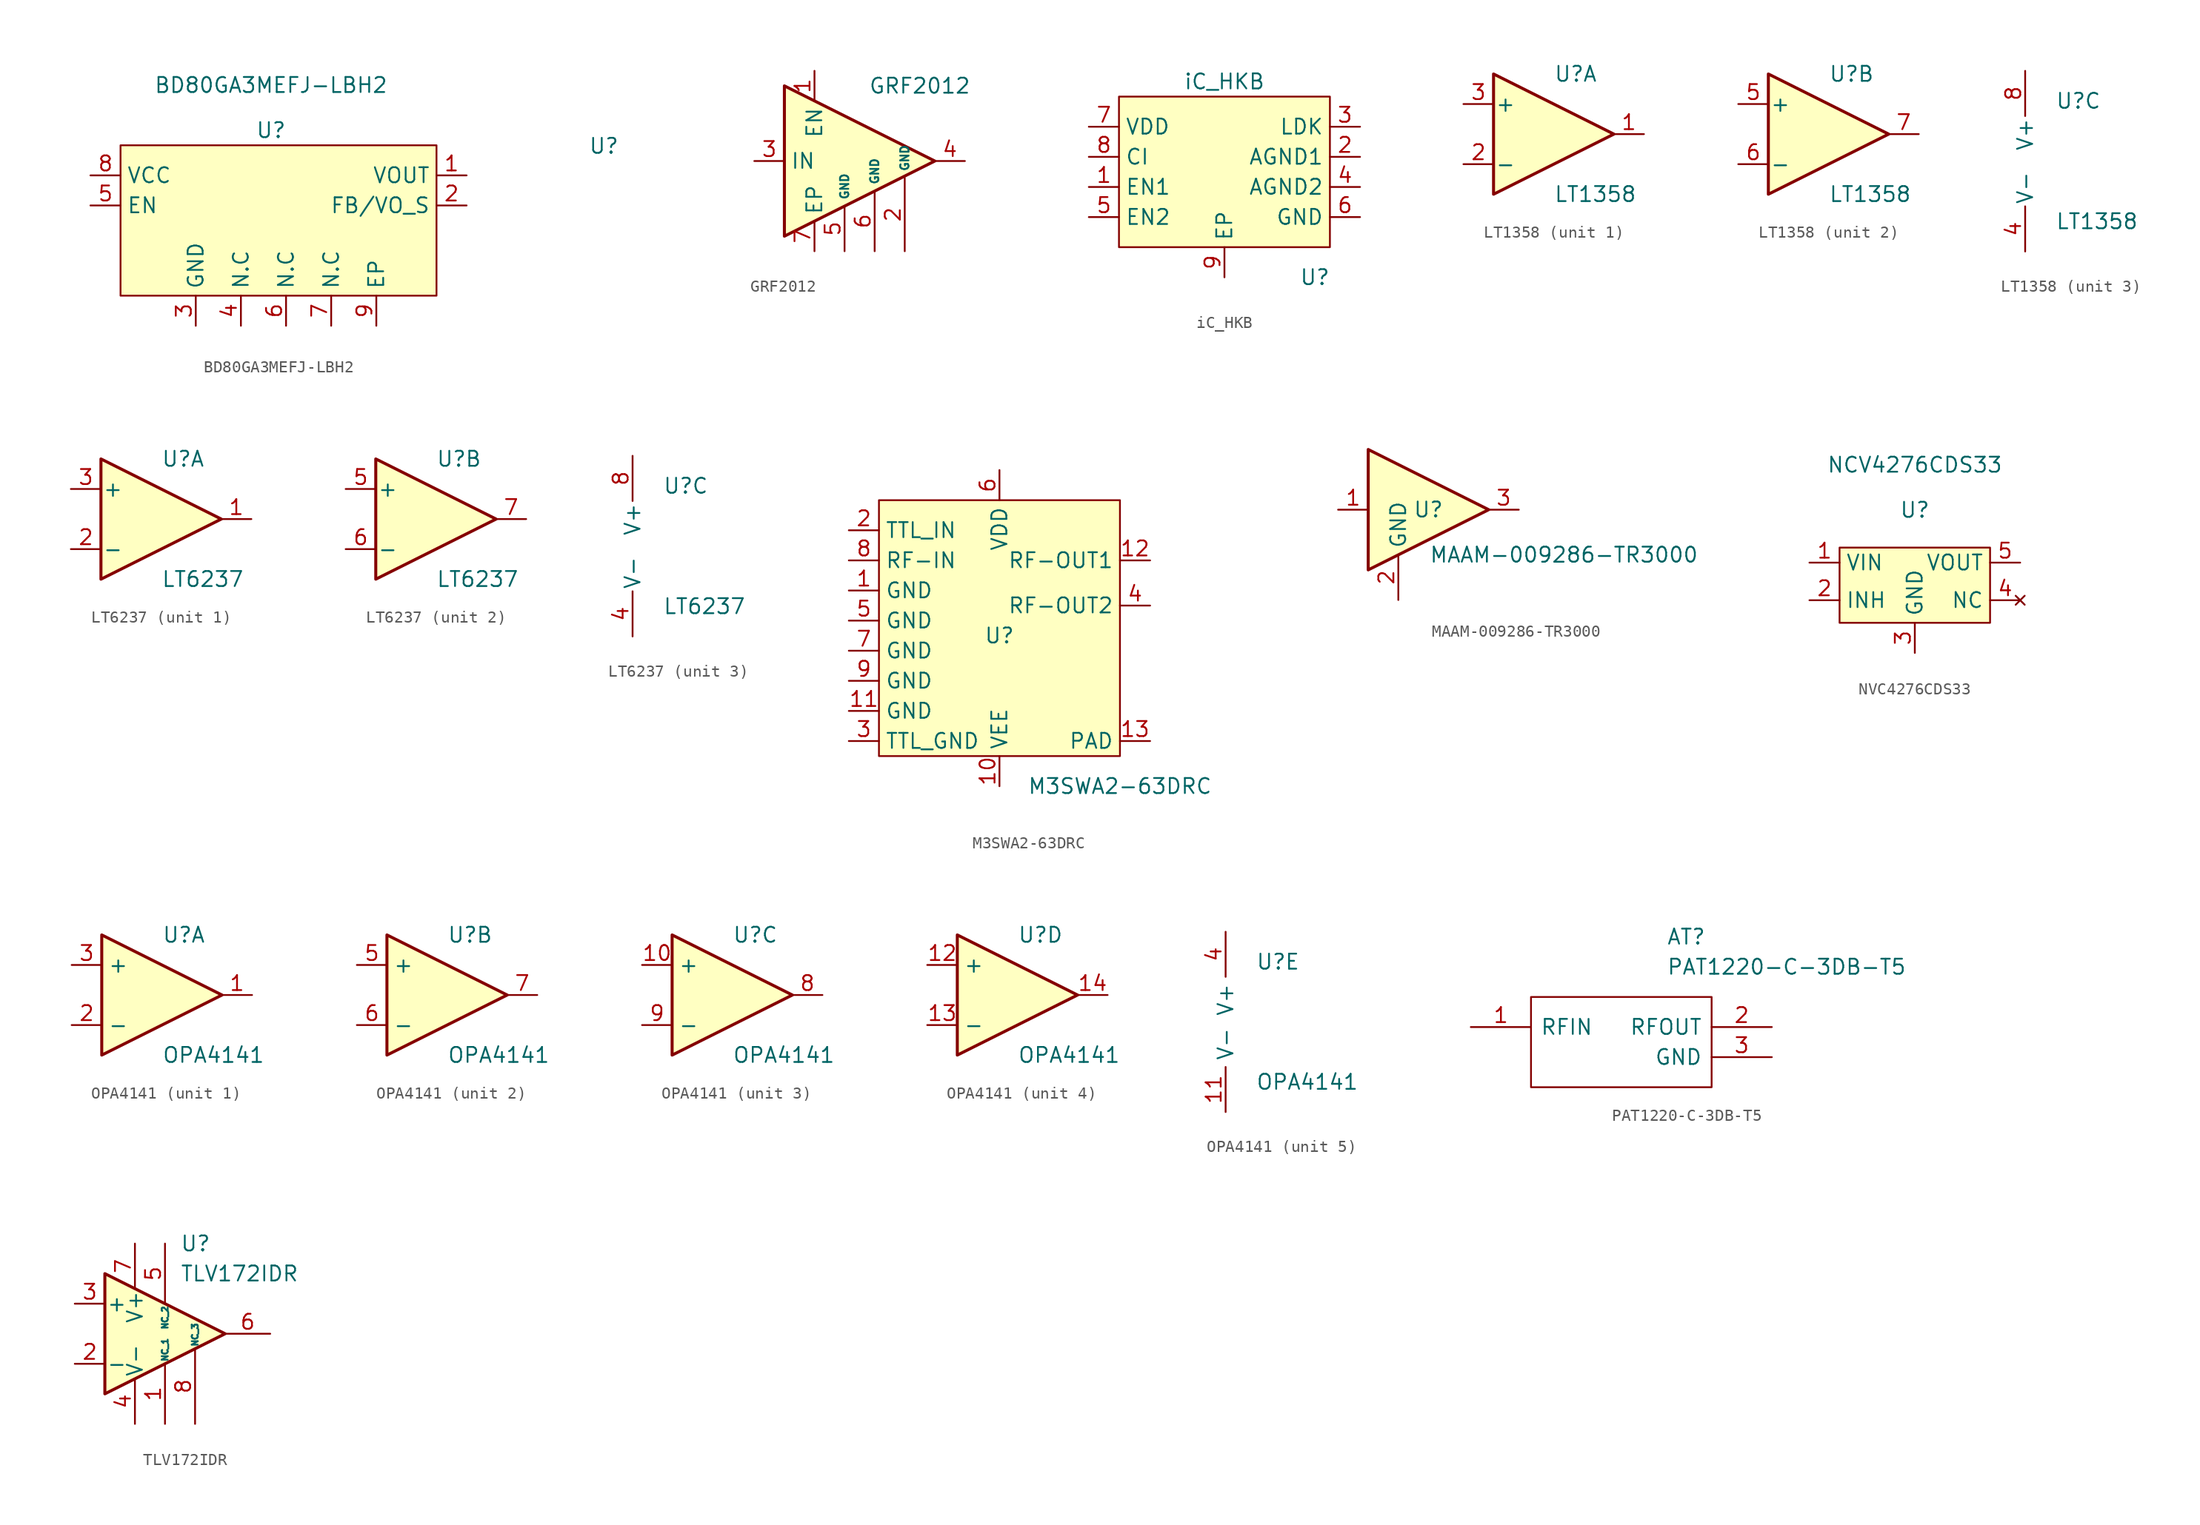
<source format=kicad_sym>
(kicad_symbol_lib
  (version 20231120)
  (generator "kicad_symbol_editor")
  (generator_version "8.0")
  (symbol "BD80GA3MEFJ-LBH2"
    (property "Reference" "U"
      (at 0 3.81 0)
      (effects (font (size 1.27 1.27))))
    (property "Value" "BD80GA3MEFJ-LBH2"
      (at 0 7.62 0)
      (effects (font (size 1.27 1.27))))
    (symbol "BD80GA3MEFJ-LBH2_0_0"
      (pin power_out line (at 16.51 0 180) (length 2.54) (name "VOUT" (effects (font (size 1.27 1.27)))) (number "1" (effects (font (size 1.27 1.27)))))
      (pin input line (at 16.51 -2.54 180) (length 2.54) (name "FB/VO_S" (effects (font (size 1.27 1.27)))) (number "2" (effects (font (size 1.27 1.27)))))
      (pin passive line (at -6.35 -12.7 90) (length 2.54) (name "GND" (effects (font (size 1.27 1.27)))) (number "3" (effects (font (size 1.27 1.27)))))
      (pin passive line (at -2.54 -12.7 90) (length 2.54) (name "N.C" (effects (font (size 1.27 1.27)))) (number "4" (effects (font (size 1.27 1.27)))))
      (pin input line (at -15.24 -2.54 0) (length 2.54) (name "EN" (effects (font (size 1.27 1.27)))) (number "5" (effects (font (size 1.27 1.27)))))
      (pin passive line (at 1.27 -12.7 90) (length 2.54) (name "N.C" (effects (font (size 1.27 1.27)))) (number "6" (effects (font (size 1.27 1.27)))))
      (pin passive line (at 5.08 -12.7 90) (length 2.54) (name "N.C" (effects (font (size 1.27 1.27)))) (number "7" (effects (font (size 1.27 1.27)))))
      (pin power_in line (at -15.24 0 0) (length 2.54) (name "VCC" (effects (font (size 1.27 1.27)))) (number "8" (effects (font (size 1.27 1.27)))))
      (pin passive line (at 8.89 -12.7 90) (length 2.54) (name "EP" (effects (font (size 1.27 1.27)))) (number "9" (effects (font (size 1.27 1.27))))))
    (symbol "BD80GA3MEFJ-LBH2_0_1"
      (polyline (pts (xy -12.7 -10.16) (xy -12.7 2.54) (xy 13.97 2.54) (xy 13.97 -10.16) (xy -12.7 -10.16)) (stroke (width 0) (type default)) (fill (type background)))))
  (symbol "GRF2012"
    (property "Reference" "U"
      (at -17.78 1.27 0)
      (effects (font (size 1.27 1.27))))
    (property "Value" "GRF2012"
      (at 8.89 6.35 0)
      (effects (font (size 1.27 1.27))))
    (symbol "GRF2012_0_0"
      (pin output line (at 12.7 0 180) (length 2.54) (name "~" (effects (font (size 1.27 1.27)))) (number "4" (effects (font (size 1.27 1.27)))))
      (pin passive line (at 2.54 -7.62 90) (length 3.8) (name "GND" (effects (font (size 0.7 0.7)))) (number "5" (effects (font (size 1.27 1.27)))))
      (pin passive line (at 5.08 -7.62 90) (length 5.08) (name "GND" (effects (font (size 0.7 0.7)))) (number "6" (effects (font (size 1.27 1.27)))))
      (pin passive line (at 0 -7.62 90) (length 2.54) (name "EP" (effects (font (size 1.27 1.27)))) (number "7" (effects (font (size 1.27 1.27))))))
    (symbol "GRF2012_0_1"
      (polyline (pts (xy 10.16 0) (xy -2.54 6.35) (xy -2.54 -6.35) (xy 10.16 0)) (stroke (width 0.254) (type default)) (fill (type background))))
    (symbol "GRF2012_1_1"
      (pin input line (at 0 7.62 270) (length 2.54) (name "EN" (effects (font (size 1.27 1.27)))) (number "1" (effects (font (size 1.27 1.27)))))
      (pin passive line (at 7.62 -7.62 90) (length 6.2) (name "GND" (effects (font (size 0.7 0.7)))) (number "2" (effects (font (size 1.27 1.27)))))
      (pin input line (at -5.08 0 0) (length 2.54) (name "IN" (effects (font (size 1.27 1.27)))) (number "3" (effects (font (size 1.27 1.27)))))))
  (symbol "iC_HKB"
    (property "Reference" "U"
      (at 10.16 -10.16 0)
      (effects (font (size 1.27 1.27))))
    (property "Value" "iC_HKB"
      (at 2.54 6.35 0)
      (effects (font (size 1.27 1.27))))
    (symbol "iC_HKB_0_0"
      (pin input line (at -8.89 -2.54 0) (length 2.54) (name "EN1" (effects (font (size 1.27 1.27)))) (number "1" (effects (font (size 1.27 1.27)))))
      (pin passive line (at 13.97 0 180) (length 2.54) (name "AGND1" (effects (font (size 1.27 1.27)))) (number "2" (effects (font (size 1.27 1.27)))))
      (pin input line (at 13.97 2.54 180) (length 2.54) (name "LDK" (effects (font (size 1.27 1.27)))) (number "3" (effects (font (size 1.27 1.27)))))
      (pin passive line (at 13.97 -2.54 180) (length 2.54) (name "AGND2" (effects (font (size 1.27 1.27)))) (number "4" (effects (font (size 1.27 1.27)))))
      (pin input line (at -8.89 -5.08 0) (length 2.54) (name "EN2" (effects (font (size 1.27 1.27)))) (number "5" (effects (font (size 1.27 1.27)))))
      (pin input line (at 13.97 -5.08 180) (length 2.54) (name "GND" (effects (font (size 1.27 1.27)))) (number "6" (effects (font (size 1.27 1.27)))))
      (pin power_in line (at -8.89 2.54 0) (length 2.54) (name "VDD" (effects (font (size 1.27 1.27)))) (number "7" (effects (font (size 1.27 1.27)))))
      (pin input line (at -8.89 0 0) (length 2.54) (name "CI" (effects (font (size 1.27 1.27)))) (number "8" (effects (font (size 1.27 1.27)))))
      (pin passive line (at 2.54 -10.16 90) (length 2.54) (name "EP" (effects (font (size 1.27 1.27)))) (number "9" (effects (font (size 1.27 1.27))))))
    (symbol "iC_HKB_0_1"
      (rectangle (start -6.35 5.08) (end 11.43 -7.62) (stroke (width 0) (type default)) (fill (type background)))))
  (symbol "LT1358"
    (pin_names
      (offset 0.127))
    (property "Reference" "U"
      (at 0 5.08 0)
      (effects (font (size 1.27 1.27)) (justify left)))
    (property "Value" "LT1358"
      (at 0 -5.08 0)
      (effects (font (size 1.27 1.27)) (justify left)))
    (property "ki_locked" ""
      (at 0 0 0)
      (effects (font (size 1.27 1.27))))
    (symbol "LT1358_1_1"
      (polyline (pts (xy -5.08 5.08) (xy 5.08 0) (xy -5.08 -5.08) (xy -5.08 5.08)) (stroke (width 0.254) (type default)) (fill (type background)))
      (pin output line (at 7.62 0 180) (length 2.54) (name "~" (effects (font (size 1.27 1.27)))) (number "1" (effects (font (size 1.27 1.27)))))
      (pin input line (at -7.62 -2.54 0) (length 2.54) (name "-" (effects (font (size 1.27 1.27)))) (number "2" (effects (font (size 1.27 1.27)))))
      (pin input line (at -7.62 2.54 0) (length 2.54) (name "+" (effects (font (size 1.27 1.27)))) (number "3" (effects (font (size 1.27 1.27))))))
    (symbol "LT1358_2_1"
      (polyline (pts (xy -5.08 5.08) (xy 5.08 0) (xy -5.08 -5.08) (xy -5.08 5.08)) (stroke (width 0.254) (type default)) (fill (type background)))
      (pin input line (at -7.62 2.54 0) (length 2.54) (name "+" (effects (font (size 1.27 1.27)))) (number "5" (effects (font (size 1.27 1.27)))))
      (pin input line (at -7.62 -2.54 0) (length 2.54) (name "-" (effects (font (size 1.27 1.27)))) (number "6" (effects (font (size 1.27 1.27)))))
      (pin output line (at 7.62 0 180) (length 2.54) (name "~" (effects (font (size 1.27 1.27)))) (number "7" (effects (font (size 1.27 1.27))))))
    (symbol "LT1358_3_1"
      (pin power_in line (at -2.54 -7.62 90) (length 3.81) (name "V-" (effects (font (size 1.27 1.27)))) (number "4" (effects (font (size 1.27 1.27)))))
      (pin power_in line (at -2.54 7.62 270) (length 3.81) (name "V+" (effects (font (size 1.27 1.27)))) (number "8" (effects (font (size 1.27 1.27)))))))
  (symbol "LT6237"
    (pin_names
      (offset 0.127))
    (property "Reference" "U"
      (at 0 5.08 0)
      (effects (font (size 1.27 1.27)) (justify left)))
    (property "Value" "LT6237"
      (at 0 -5.08 0)
      (effects (font (size 1.27 1.27)) (justify left)))
    (property "ki_locked" ""
      (at 0 0 0)
      (effects (font (size 1.27 1.27))))
    (symbol "LT6237_1_1"
      (polyline (pts (xy -5.08 5.08) (xy 5.08 0) (xy -5.08 -5.08) (xy -5.08 5.08)) (stroke (width 0.254) (type default)) (fill (type background)))
      (pin output line (at 7.62 0 180) (length 2.54) (name "~" (effects (font (size 1.27 1.27)))) (number "1" (effects (font (size 1.27 1.27)))))
      (pin input line (at -7.62 -2.54 0) (length 2.54) (name "-" (effects (font (size 1.27 1.27)))) (number "2" (effects (font (size 1.27 1.27)))))
      (pin input line (at -7.62 2.54 0) (length 2.54) (name "+" (effects (font (size 1.27 1.27)))) (number "3" (effects (font (size 1.27 1.27))))))
    (symbol "LT6237_2_1"
      (polyline (pts (xy -5.08 5.08) (xy 5.08 0) (xy -5.08 -5.08) (xy -5.08 5.08)) (stroke (width 0.254) (type default)) (fill (type background)))
      (pin input line (at -7.62 2.54 0) (length 2.54) (name "+" (effects (font (size 1.27 1.27)))) (number "5" (effects (font (size 1.27 1.27)))))
      (pin input line (at -7.62 -2.54 0) (length 2.54) (name "-" (effects (font (size 1.27 1.27)))) (number "6" (effects (font (size 1.27 1.27)))))
      (pin output line (at 7.62 0 180) (length 2.54) (name "~" (effects (font (size 1.27 1.27)))) (number "7" (effects (font (size 1.27 1.27))))))
    (symbol "LT6237_3_1"
      (pin power_in line (at -2.54 -7.62 90) (length 3.81) (name "V-" (effects (font (size 1.27 1.27)))) (number "4" (effects (font (size 1.27 1.27)))))
      (pin power_in line (at -2.54 7.62 270) (length 3.81) (name "V+" (effects (font (size 1.27 1.27)))) (number "8" (effects (font (size 1.27 1.27)))))))
  (symbol "M3SWA2-63DRC"
    (property "Reference" "U"
      (at 0 1.27 0)
      (effects (font (size 1.27 1.27))))
    (property "Value" "M3SWA2-63DRC"
      (at 10.16 -11.43 0)
      (effects (font (size 1.27 1.27))))
    (symbol "M3SWA2-63DRC_0_0"
      (pin passive line (at -12.7 5.08 0) (length 2.54) (name "GND" (effects (font (size 1.27 1.27)))) (number "1" (effects (font (size 1.27 1.27)))))
      (pin input line (at 0 -11.43 90) (length 2.54) (name "VEE" (effects (font (size 1.27 1.27)))) (number "10" (effects (font (size 1.27 1.27)))))
      (pin input line (at -12.7 -5.08 0) (length 2.54) (name "GND" (effects (font (size 1.27 1.27)))) (number "11" (effects (font (size 1.27 1.27)))))
      (pin output line (at 12.7 7.62 180) (length 2.54) (name "RF-OUT1" (effects (font (size 1.27 1.27)))) (number "12" (effects (font (size 1.27 1.27)))))
      (pin passive line (at 12.7 -7.62 180) (length 2.54) (name "PAD" (effects (font (size 1.27 1.27)))) (number "13" (effects (font (size 1.27 1.27)))))
      (pin input line (at -12.7 10.16 0) (length 2.54) (name "TTL_IN" (effects (font (size 1.27 1.27)))) (number "2" (effects (font (size 1.27 1.27)))))
      (pin input line (at -12.7 -7.62 0) (length 2.54) (name "TTL_GND" (effects (font (size 1.27 1.27)))) (number "3" (effects (font (size 1.27 1.27)))))
      (pin output line (at 12.7 3.81 180) (length 2.54) (name "RF-OUT2" (effects (font (size 1.27 1.27)))) (number "4" (effects (font (size 1.27 1.27)))))
      (pin passive line (at -12.7 2.54 0) (length 2.54) (name "GND" (effects (font (size 1.27 1.27)))) (number "5" (effects (font (size 1.27 1.27)))))
      (pin input line (at 0 15.24 270) (length 2.54) (name "VDD" (effects (font (size 1.27 1.27)))) (number "6" (effects (font (size 1.27 1.27)))))
      (pin input line (at -12.7 0 0) (length 2.54) (name "GND" (effects (font (size 1.27 1.27)))) (number "7" (effects (font (size 1.27 1.27)))))
      (pin input line (at -12.7 7.62 0) (length 2.54) (name "RF-IN" (effects (font (size 1.27 1.27)))) (number "8" (effects (font (size 1.27 1.27)))))
      (pin input line (at -12.7 -2.54 0) (length 2.54) (name "GND" (effects (font (size 1.27 1.27)))) (number "9" (effects (font (size 1.27 1.27))))))
    (symbol "M3SWA2-63DRC_0_1"
      (rectangle (start -10.16 12.7) (end 10.16 -8.89) (stroke (width 0) (type default)) (fill (type background)))))
  (symbol "MAAM-009286-TR3000"
    (property "Reference" "U"
      (at 1.27 0 0)
      (effects (font (size 1.27 1.27))))
    (property "Value" "MAAM-009286-TR3000"
      (at 12.7 -3.81 0)
      (effects (font (size 1.27 1.27))))
    (symbol "MAAM-009286-TR3000_0_1"
      (polyline (pts (xy 6.35 0) (xy -3.81 5.08) (xy -3.81 -5.08) (xy 6.35 0)) (stroke (width 0.254) (type default)) (fill (type background))))
    (symbol "MAAM-009286-TR3000_1_1"
      (pin input line (at -6.35 0 0) (length 2.54) (name "~" (effects (font (size 1.27 1.27)))) (number "1" (effects (font (size 1.27 1.27)))))
      (pin power_in line (at -1.27 -7.62 90) (length 3.81) (name "GND" (effects (font (size 1.27 1.27)))) (number "2" (effects (font (size 1.27 1.27)))))
      (pin output line (at 8.89 0 180) (length 2.54) (name "~" (effects (font (size 1.27 1.27)))) (number "3" (effects (font (size 1.27 1.27)))))))
  (symbol "NVC4276CDS33"
    (property "Reference" "U"
      (at 0 6.985 0)
      (effects (font (size 1.27 1.27))))
    (property "Value" "NCV4276CDS33"
      (at 0 10.795 0)
      (effects (font (size 1.27 1.27))))
    (symbol "NVC4276CDS33_0_0"
      (pin power_in line (at -8.89 2.54 0) (length 2.54) (name "VIN" (effects (font (size 1.27 1.27)))) (number "1" (effects (font (size 1.27 1.27)))))
      (pin input line (at -8.89 -0.635 0) (length 2.54) (name "INH" (effects (font (size 1.27 1.27)))) (number "2" (effects (font (size 1.27 1.27)))))
      (pin no_connect line (at 8.89 -0.635 180) (length 2.54) (name "NC" (effects (font (size 1.27 1.27)))) (number "4" (effects (font (size 1.27 1.27)))))
      (pin power_out line (at 8.89 2.54 180) (length 2.54) (name "VOUT" (effects (font (size 1.27 1.27)))) (number "5" (effects (font (size 1.27 1.27))))))
    (symbol "NVC4276CDS33_1_0"
      (pin passive line (at 0 -5.08 90) (length 2.54) (name "GND" (effects (font (size 1.27 1.27)))) (number "3" (effects (font (size 1.27 1.27))))))
    (symbol "NVC4276CDS33_1_1"
      (rectangle (start -6.35 3.81) (end 6.35 -2.54) (stroke (width 0) (type default)) (fill (type background)))))
  (symbol "OPA4141"
    (property "Reference" "U"
      (at 0 5.08 0)
      (effects (font (size 1.27 1.27)) (justify left)))
    (property "Value" "OPA4141"
      (at 0 -5.08 0)
      (effects (font (size 1.27 1.27)) (justify left)))
    (property "ki_locked" ""
      (at 0 0 0)
      (effects (font (size 1.27 1.27))))
    (symbol "OPA4141_1_1"
      (polyline (pts (xy -5.08 5.08) (xy 5.08 0) (xy -5.08 -5.08) (xy -5.08 5.08)) (stroke (width 0.254) (type default)) (fill (type background)))
      (pin output line (at 7.62 0 180) (length 2.54) (name "~" (effects (font (size 1.27 1.27)))) (number "1" (effects (font (size 1.27 1.27)))))
      (pin input line (at -7.62 -2.54 0) (length 2.54) (name "-" (effects (font (size 1.27 1.27)))) (number "2" (effects (font (size 1.27 1.27)))))
      (pin input line (at -7.62 2.54 0) (length 2.54) (name "+" (effects (font (size 1.27 1.27)))) (number "3" (effects (font (size 1.27 1.27))))))
    (symbol "OPA4141_2_1"
      (polyline (pts (xy -5.08 5.08) (xy 5.08 0) (xy -5.08 -5.08) (xy -5.08 5.08)) (stroke (width 0.254) (type default)) (fill (type background)))
      (pin input line (at -7.62 2.54 0) (length 2.54) (name "+" (effects (font (size 1.27 1.27)))) (number "5" (effects (font (size 1.27 1.27)))))
      (pin input line (at -7.62 -2.54 0) (length 2.54) (name "-" (effects (font (size 1.27 1.27)))) (number "6" (effects (font (size 1.27 1.27)))))
      (pin output line (at 7.62 0 180) (length 2.54) (name "~" (effects (font (size 1.27 1.27)))) (number "7" (effects (font (size 1.27 1.27))))))
    (symbol "OPA4141_3_1"
      (polyline (pts (xy -5.08 5.08) (xy 5.08 0) (xy -5.08 -5.08) (xy -5.08 5.08)) (stroke (width 0.254) (type default)) (fill (type background)))
      (pin input line (at -7.62 2.54 0) (length 2.54) (name "+" (effects (font (size 1.27 1.27)))) (number "10" (effects (font (size 1.27 1.27)))))
      (pin output line (at 7.62 0 180) (length 2.54) (name "~" (effects (font (size 1.27 1.27)))) (number "8" (effects (font (size 1.27 1.27)))))
      (pin input line (at -7.62 -2.54 0) (length 2.54) (name "-" (effects (font (size 1.27 1.27)))) (number "9" (effects (font (size 1.27 1.27))))))
    (symbol "OPA4141_4_1"
      (polyline (pts (xy -5.08 5.08) (xy 5.08 0) (xy -5.08 -5.08) (xy -5.08 5.08)) (stroke (width 0.254) (type default)) (fill (type background)))
      (pin input line (at -7.62 2.54 0) (length 2.54) (name "+" (effects (font (size 1.27 1.27)))) (number "12" (effects (font (size 1.27 1.27)))))
      (pin input line (at -7.62 -2.54 0) (length 2.54) (name "-" (effects (font (size 1.27 1.27)))) (number "13" (effects (font (size 1.27 1.27)))))
      (pin output line (at 7.62 0 180) (length 2.54) (name "~" (effects (font (size 1.27 1.27)))) (number "14" (effects (font (size 1.27 1.27))))))
    (symbol "OPA4141_5_1"
      (pin power_in line (at -2.54 -7.62 90) (length 3.81) (name "V-" (effects (font (size 1.27 1.27)))) (number "11" (effects (font (size 1.27 1.27)))))
      (pin power_in line (at -2.54 7.62 270) (length 3.81) (name "V+" (effects (font (size 1.27 1.27)))) (number "4" (effects (font (size 1.27 1.27)))))))
  (symbol "PAT1220-C-3DB-T5"
    (pin_names
      (offset 0.762))
    (property "Reference" "AT"
      (at 16.51 7.62 0)
      (effects (font (size 1.27 1.27)) (justify left)))
    (property "Value" "PAT1220-C-3DB-T5"
      (at 16.51 5.08 0)
      (effects (font (size 1.27 1.27)) (justify left)))
    (symbol "PAT1220-C-3DB-T5_0_0"
      (pin passive line (at 0 0 0) (length 5.08) (name "RFIN" (effects (font (size 1.27 1.27)))) (number "1" (effects (font (size 1.27 1.27)))))
      (pin passive line (at 25.4 0 180) (length 5.08) (name "RFOUT" (effects (font (size 1.27 1.27)))) (number "2" (effects (font (size 1.27 1.27)))))
      (pin passive line (at 25.4 -2.54 180) (length 5.08) (name "GND" (effects (font (size 1.27 1.27)))) (number "3" (effects (font (size 1.27 1.27))))))
    (symbol "PAT1220-C-3DB-T5_0_1"
      (polyline (pts (xy 5.08 2.54) (xy 20.32 2.54) (xy 20.32 -5.08) (xy 5.08 -5.08) (xy 5.08 2.54)) (stroke (width 0.152) (type default)) (fill (type none)))))
  (symbol "TLV172IDR"
    (pin_names
      (offset 0.127))
    (property "Reference" "U"
      (at 1.27 7.62 0)
      (effects (font (size 1.27 1.27)) (justify left)))
    (property "Value" "TLV172IDR"
      (at 1.27 5.08 0)
      (effects (font (size 1.27 1.27)) (justify left)))
    (symbol "TLV172IDR_0_1"
      (polyline (pts (xy 5.08 0) (xy -5.08 5.08) (xy -5.08 -5.08) (xy 5.08 0)) (stroke (width 0.254) (type default)) (fill (type background))))
    (symbol "TLV172IDR_1_1"
      (pin passive line (at 0 -7.62 90) (length 5.08) (name "NC_1" (effects (font (size 0.508 0.508)))) (number "1" (effects (font (size 1.27 1.27)))))
      (pin input line (at -7.62 -2.54 0) (length 2.54) (name "-" (effects (font (size 1.27 1.27)))) (number "2" (effects (font (size 1.27 1.27)))))
      (pin input line (at -7.62 2.54 0) (length 2.54) (name "+" (effects (font (size 1.27 1.27)))) (number "3" (effects (font (size 1.27 1.27)))))
      (pin power_in line (at -2.54 -7.62 90) (length 3.81) (name "V-" (effects (font (size 1.27 1.27)))) (number "4" (effects (font (size 1.27 1.27)))))
      (pin passive line (at 0 7.62 270) (length 5.08) (name "NC_2" (effects (font (size 0.508 0.508)))) (number "5" (effects (font (size 1.27 1.27)))))
      (pin output line (at 8.89 0 180) (length 3.81) (name "" (effects (font (size 0.5 0.5)))) (number "6" (effects (font (size 1.27 1.27)))))
      (pin power_in line (at -2.54 7.62 270) (length 3.81) (name "V+" (effects (font (size 1.27 1.27)))) (number "7" (effects (font (size 1.27 1.27)))))
      (pin passive line (at 2.54 -7.62 90) (length 6.35) (name "NC_3" (effects (font (size 0.508 0.508)))) (number "8" (effects (font (size 1.27 1.27))))))))
</source>
